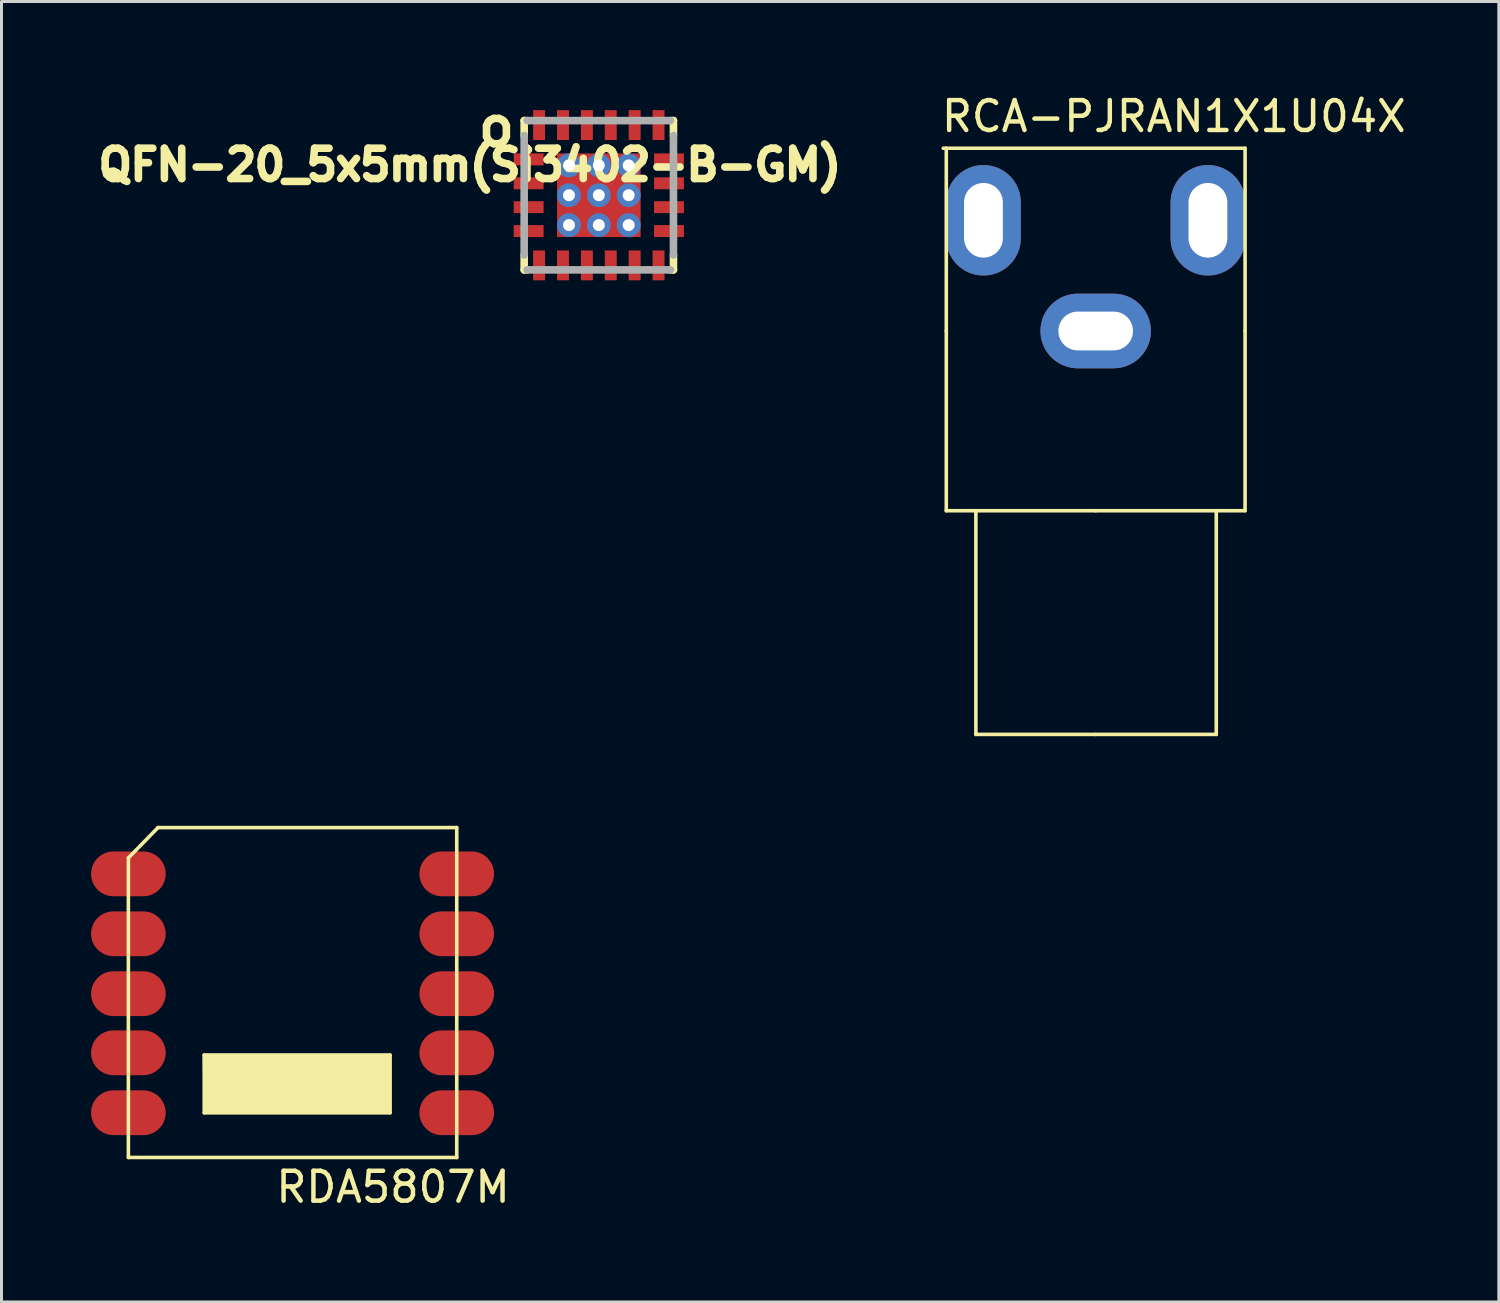
<source format=kicad_pcb>
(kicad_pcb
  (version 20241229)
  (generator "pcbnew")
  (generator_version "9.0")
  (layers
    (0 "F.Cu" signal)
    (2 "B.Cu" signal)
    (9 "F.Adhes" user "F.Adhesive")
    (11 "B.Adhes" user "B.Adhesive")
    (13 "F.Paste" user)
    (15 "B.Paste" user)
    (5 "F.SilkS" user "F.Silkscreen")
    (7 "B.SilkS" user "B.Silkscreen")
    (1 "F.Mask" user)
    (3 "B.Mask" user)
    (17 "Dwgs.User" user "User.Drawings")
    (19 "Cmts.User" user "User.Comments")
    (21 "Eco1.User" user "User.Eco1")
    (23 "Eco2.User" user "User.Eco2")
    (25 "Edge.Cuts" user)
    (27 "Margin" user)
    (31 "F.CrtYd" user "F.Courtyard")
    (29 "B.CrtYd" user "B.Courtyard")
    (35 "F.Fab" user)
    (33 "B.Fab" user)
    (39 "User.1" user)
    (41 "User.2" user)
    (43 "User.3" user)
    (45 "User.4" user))
  (footprint "QFN-20_5x5mm(Si3402-B-GM)"
    (layer "F.Cu")
    (at 17.007 3.489)
    (property "Reference" "QFN-20_5x5mm(Si3402-B-GM)" (at -4.318 -1.016 0) (layer "F.SilkS") (effects (font (size 1.016 1.016) (thickness 0.254))))
    (attr smd)
    (fp_line (start -2.5 -2.5) (end -2.5 -2) (stroke (width 0.254) (type solid)) (layer "F.SilkS"))
    (fp_line (start -2.5 2) (end -2.5 2.5) (stroke (width 0.254) (type solid)) (layer "F.SilkS"))
    (fp_line (start -2.5 2.5) (end -2.4 2.5) (stroke (width 0.254) (type solid)) (layer "F.SilkS"))
    (fp_line (start -2.4 -2.5) (end -2.5 -2.5) (stroke (width 0.254) (type solid)) (layer "F.SilkS"))
    (fp_line (start 2.4 2.5) (end 2.5 2.5) (stroke (width 0.254) (type solid)) (layer "F.SilkS"))
    (fp_line (start 2.5 -2.5) (end 2.4 -2.5) (stroke (width 0.254) (type solid)) (layer "F.SilkS"))
    (fp_line (start 2.5 -2) (end 2.5 -2.5) (stroke (width 0.254) (type solid)) (layer "F.SilkS"))
    (fp_line (start 2.5 2.5) (end 2.5 2) (stroke (width 0.254) (type solid)) (layer "F.SilkS"))
    (fp_poly (pts (xy -1.3 -0.35) (xy -1.3 -0.65) (xy 1.3 -0.65) (xy 1.3 -0.35)) (stroke (width 0.1) (type solid)) (fill yes) (layer "F.Paste"))
    (fp_poly (pts (xy -1.3 0.65) (xy -1.3 0.35) (xy 1.3 0.35) (xy 1.3 0.65)) (stroke (width 0.1) (type solid)) (fill yes) (layer "F.Paste"))
    (fp_poly (pts (xy -0.75 -1.3) (xy -0.25 -1.3) (xy -0.25 -1.05) (xy -0.75 -1.05)) (stroke (width 0.1) (type solid)) (fill yes) (layer "F.Paste"))
    (fp_poly (pts (xy -0.75 1.05) (xy -0.25 1.05) (xy -0.25 1.3) (xy -0.75 1.3)) (stroke (width 0.1) (type solid)) (fill yes) (layer "F.Paste"))
    (fp_poly (pts (xy 0.25 -1.3) (xy 0.75 -1.3) (xy 0.75 -1.05) (xy 0.25 -1.05)) (stroke (width 0.1) (type solid)) (fill yes) (layer "F.Paste"))
    (fp_poly (pts (xy 0.25 1.05) (xy 0.75 1.05) (xy 0.75 1.3) (xy 0.25 1.3)) (stroke (width 0.1) (type solid)) (fill yes) (layer "F.Paste"))
    (fp_line (start -2.5 -2) (end -2.5 2) (stroke (width 0.254) (type solid)) (layer "F.Fab"))
    (fp_line (start -2.4 -2.5) (end 2.4 -2.5) (stroke (width 0.254) (type solid)) (layer "F.Fab"))
    (fp_line (start -2.4 2.5) (end 2.4 2.5) (stroke (width 0.254) (type solid)) (layer "F.Fab"))
    (fp_line (start 2.5 -2) (end 2.5 2) (stroke (width 0.254) (type solid)) (layer "F.Fab"))
    (fp_text user "o" (at -3.429 -2.3 0) (layer "F.SilkS") (effects (font (size 1.27 1.27) (thickness 0.254))))
    (pad "1" smd rect (at -2.35 -1.2 90) (size 0.4 1) (layers "F.Cu" "F.Mask" "F.Paste"))
    (pad "2" smd rect (at -2.35 -0.4 90) (size 0.4 1) (layers "F.Cu" "F.Mask" "F.Paste"))
    (pad "3" smd rect (at -2.35 0.4 90) (size 0.4 1) (layers "F.Cu" "F.Mask" "F.Paste"))
    (pad "4" smd rect (at -2.35 1.2 90) (size 0.4 1) (layers "F.Cu" "F.Mask" "F.Paste"))
    (pad "5" smd rect (at -2 2.35 180) (size 0.4 1) (layers "F.Cu" "F.Mask" "F.Paste"))
    (pad "6" smd rect (at -1.2 2.35 180) (size 0.4 1) (layers "F.Cu" "F.Mask" "F.Paste"))
    (pad "7" smd rect (at -0.4 2.35 180) (size 0.4 1) (layers "F.Cu" "F.Mask" "F.Paste"))
    (pad "8" smd rect (at 0.4 2.35 180) (size 0.4 1) (layers "F.Cu" "F.Mask" "F.Paste"))
    (pad "9" smd rect (at 1.2 2.35 180) (size 0.4 1) (layers "F.Cu" "F.Mask" "F.Paste"))
    (pad "10" smd rect (at 2 2.35 180) (size 0.4 1) (layers "F.Cu" "F.Mask" "F.Paste"))
    (pad "11" smd rect (at 2.35 1.2 90) (size 0.4 1) (layers "F.Cu" "F.Mask" "F.Paste"))
    (pad "12" smd rect (at 2.35 0.4 90) (size 0.4 1) (layers "F.Cu" "F.Mask" "F.Paste"))
    (pad "13" smd rect (at 2.35 -0.4 90) (size 0.4 1) (layers "F.Cu" "F.Mask" "F.Paste"))
    (pad "14" smd rect (at 2.35 -1.2 90) (size 0.4 1) (layers "F.Cu" "F.Mask" "F.Paste"))
    (pad "15" smd rect (at 2 -2.35 180) (size 0.4 1) (layers "F.Cu" "F.Mask" "F.Paste"))
    (pad "16" smd rect (at 1.2 -2.35 180) (size 0.4 1) (layers "F.Cu" "F.Mask" "F.Paste"))
    (pad "17" smd rect (at 0.4 -2.35 180) (size 0.4 1) (layers "F.Cu" "F.Mask" "F.Paste"))
    (pad "18" smd rect (at -0.4 -2.35 180) (size 0.4 1) (layers "F.Cu" "F.Mask" "F.Paste"))
    (pad "19" smd rect (at -1.2 -2.35 180) (size 0.4 1) (layers "F.Cu" "F.Mask" "F.Paste"))
    (pad "20" smd rect (at -2 -2.35 180) (size 0.4 1) (layers "F.Cu" "F.Mask" "F.Paste"))
    (pad "21" thru_hole circle (at -1 -1) (size 0.8 0.8) (drill 0.4) (layers "*.Cu"))
    (pad "21" thru_hole circle (at -1 0) (size 0.8 0.8) (drill 0.4) (layers "*.Cu"))
    (pad "21" thru_hole circle (at -1 1) (size 0.8 0.8) (drill 0.4) (layers "*.Cu"))
    (pad "21" thru_hole circle (at 0 -1) (size 0.8 0.8) (drill 0.4) (layers "*.Cu"))
    (pad "21" thru_hole circle (at 0 0) (size 0.8 0.8) (drill 0.4) (layers "*.Cu"))
    (pad "21" smd rect (at 0 0) (size 2.8 2.8) (layers "*.Mask" "F.Cu"))
    (pad "21" thru_hole circle (at 0 1) (size 0.8 0.8) (drill 0.4) (layers "*.Cu"))
    (pad "21" thru_hole circle (at 1 -1) (size 0.8 0.8) (drill 0.4) (layers "*.Cu"))
    (pad "21" thru_hole circle (at 1 0) (size 0.8 0.8) (drill 0.4) (layers "*.Cu"))
    (pad "21" thru_hole circle (at 1 1) (size 0.8 0.8) (drill 0.4) (layers "*.Cu")))
  (footprint "RCA-PJRAN1X1U04X"
    (layer "F.Cu")
    (at 33.649 8.036)
    (property "Reference" "RCA-PJRAN1X1U04X" (at 2.616 -7.188 0) (layer "F.SilkS") (effects (font (size 1 1) (thickness 0.15))))
    (attr through_hole)
    (fp_line (start -5.105 -6.121) (end 5.004 -6.121) (stroke (width 0.12) (type solid)) (layer "F.SilkS"))
    (fp_line (start -5.004 0) (end -5.004 -6.121) (stroke (width 0.12) (type solid)) (layer "F.SilkS"))
    (fp_line (start -5.004 6.02) (end -5.004 0) (stroke (width 0.12) (type solid)) (layer "F.SilkS"))
    (fp_line (start -5.004 6.02) (end 0 6.02) (stroke (width 0.12) (type solid)) (layer "F.SilkS"))
    (fp_line (start -4.013 13.513) (end -4.013 6.02) (stroke (width 0.12) (type solid)) (layer "F.SilkS"))
    (fp_line (start 0 6.02) (end 5.004 6.02) (stroke (width 0.12) (type solid)) (layer "F.SilkS"))
    (fp_line (start 0 13.513) (end -4.013 13.513) (stroke (width 0.12) (type solid)) (layer "F.SilkS"))
    (fp_line (start 0 13.513) (end 4.039 13.513) (stroke (width 0.12) (type solid)) (layer "F.SilkS"))
    (fp_line (start 4.039 13.513) (end 4.039 6.02) (stroke (width 0.12) (type solid)) (layer "F.SilkS"))
    (fp_line (start 5.004 -6.121) (end 5.004 0) (stroke (width 0.12) (type solid)) (layer "F.SilkS"))
    (fp_line (start 5.004 6.02) (end 5.004 0) (stroke (width 0.12) (type solid)) (layer "F.SilkS"))
    (pad "1" thru_hole oval (at 0 0) (size 3.7 2.5) (drill oval 2.5 1.3) (layers "*.Cu" "*.Mask"))
    (pad "2" thru_hole oval (at -3.759 -3.708 90) (size 3.7 2.5) (drill oval 2.5 1.3) (layers "*.Cu" "*.Mask"))
    (pad "3" thru_hole oval (at 3.759 -3.708 270) (size 3.7 2.5) (drill oval 2.5 1.3) (layers "*.Cu" "*.Mask")))
  (footprint "RDA5807M"
    (layer "F.Cu")
    (at 1.25 34.22)
    (property "Reference" "RDA5807M" (at 8.865 2.489 0) (layer "F.SilkS") (effects (font (size 1 1) (thickness 0.15))))
    (attr through_hole)
    (fp_line (start 0 1.499) (end 0 -8.534) (stroke (width 0.12) (type solid)) (layer "F.SilkS"))
    (fp_line (start 0.991 -9.55) (end 0 -8.534) (stroke (width 0.12) (type solid)) (layer "F.SilkS"))
    (fp_line (start 0.991 -9.55) (end 10.998 -9.55) (stroke (width 0.12) (type solid)) (layer "F.SilkS"))
    (fp_line (start 2.54 -1.93) (end 2.54 0) (stroke (width 0.12) (type solid)) (layer "F.SilkS"))
    (fp_line (start 2.54 0) (end 8.763 0) (stroke (width 0.12) (type solid)) (layer "F.SilkS"))
    (fp_line (start 8.763 -1.93) (end 2.54 -1.93) (stroke (width 0.12) (type solid)) (layer "F.SilkS"))
    (fp_line (start 8.763 0) (end 8.763 -1.93) (stroke (width 0.12) (type solid)) (layer "F.SilkS"))
    (fp_line (start 10.998 -9.55) (end 10.998 1.499) (stroke (width 0.12) (type solid)) (layer "F.SilkS"))
    (fp_line (start 10.998 1.499) (end 0 1.499) (stroke (width 0.12) (type solid)) (layer "F.SilkS"))
    (fp_poly (pts (xy 2.565 0) (xy 8.763 0) (xy 8.763 -1.93) (xy 2.54 -1.93)) (stroke (width 0.1) (type solid)) (fill yes) (layer "F.SilkS"))
    (pad "1" smd oval (at 0 -8.001) (size 2.5 1.5) (layers "F.Cu" "F.Mask" "F.Paste"))
    (pad "2" smd oval (at 0 -5.994) (size 2.5 1.5) (layers "F.Cu" "F.Mask" "F.Paste"))
    (pad "3" smd oval (at 0 -3.988) (size 2.5 1.5) (layers "F.Cu" "F.Mask" "F.Paste"))
    (pad "4" smd oval (at 0 -2.007) (size 2.5 1.5) (layers "F.Cu" "F.Mask" "F.Paste"))
    (pad "5" smd oval (at 0 0) (size 2.5 1.5) (layers "F.Cu" "F.Mask" "F.Paste"))
    (pad "6" smd oval (at 10.998 0) (size 2.5 1.5) (layers "F.Cu" "F.Mask" "F.Paste"))
    (pad "7" smd oval (at 10.998 -2.007) (size 2.5 1.5) (layers "F.Cu" "F.Mask" "F.Paste"))
    (pad "8" smd oval (at 10.998 -3.988) (size 2.5 1.5) (layers "F.Cu" "F.Mask" "F.Paste"))
    (pad "9" smd oval (at 10.998 -5.994) (size 2.5 1.5) (layers "F.Cu" "F.Mask" "F.Paste"))
    (pad "10" smd oval (at 10.998 -8.001) (size 2.5 1.5) (layers "F.Cu" "F.Mask" "F.Paste")))
  (gr_rect
    (start -3 -3)
    (end 47.152 40.557)
    (stroke (width 0.1) (type default))
    (fill no)
    (layer "Edge.Cuts")))
</source>
